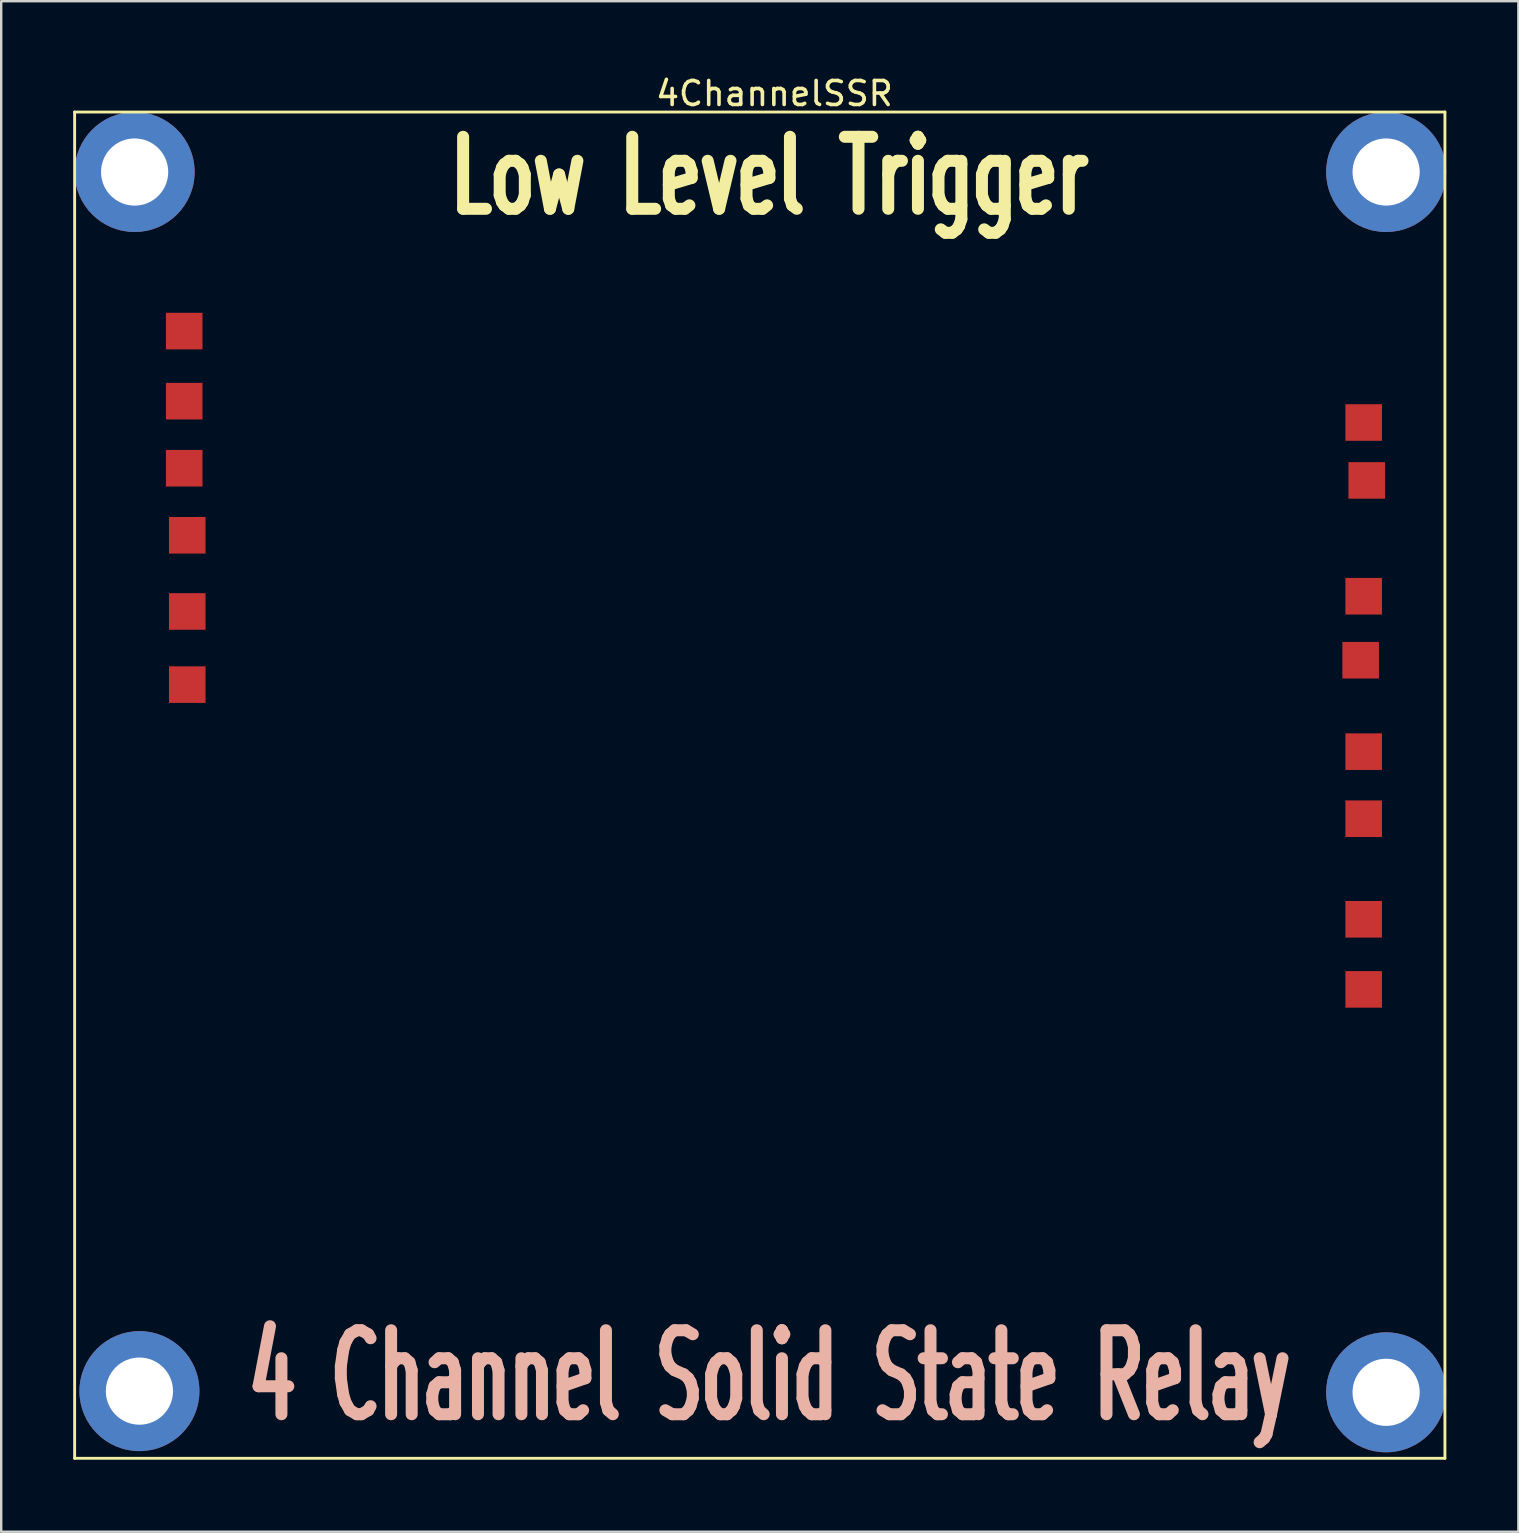
<source format=kicad_pcb>
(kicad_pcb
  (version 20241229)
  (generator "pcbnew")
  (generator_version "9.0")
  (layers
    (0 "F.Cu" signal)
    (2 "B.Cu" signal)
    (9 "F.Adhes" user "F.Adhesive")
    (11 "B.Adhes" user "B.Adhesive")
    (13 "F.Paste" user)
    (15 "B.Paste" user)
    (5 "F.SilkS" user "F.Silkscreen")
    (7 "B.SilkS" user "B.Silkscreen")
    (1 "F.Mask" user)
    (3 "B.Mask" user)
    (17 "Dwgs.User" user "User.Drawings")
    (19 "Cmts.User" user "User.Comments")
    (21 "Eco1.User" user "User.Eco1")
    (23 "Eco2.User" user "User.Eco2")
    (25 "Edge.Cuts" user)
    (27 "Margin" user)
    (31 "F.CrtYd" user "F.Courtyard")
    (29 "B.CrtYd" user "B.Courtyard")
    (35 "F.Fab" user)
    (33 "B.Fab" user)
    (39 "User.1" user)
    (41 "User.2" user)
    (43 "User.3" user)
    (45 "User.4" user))
  (footprint "4ChannelSSR"
    (layer "F.Cu")
    (at 29.01 29.288)
    (property "Reference" "4ChannelSSR" (at 0.21 -28.44 0) (layer "F.SilkS") (effects (font (size 1 1) (thickness 0.15))))
    (attr through_hole)
    (fp_line (start -28.95 -27.67) (end -28.95 28.43) (stroke (width 0.12) (type solid)) (layer "F.SilkS"))
    (fp_line (start -28.95 28.43) (end 28.15 28.43) (stroke (width 0.12) (type solid)) (layer "F.SilkS"))
    (fp_line (start 28.15 -27.67) (end -28.95 -27.67) (stroke (width 0.12) (type solid)) (layer "F.SilkS"))
    (fp_line (start 28.15 28.43) (end 28.15 -27.67) (stroke (width 0.12) (type solid)) (layer "F.SilkS"))
    (fp_text user "Low Level Trigger" (at 0 -25 0) (layer "F.SilkS") (effects (font (size 3 2) (thickness 0.5))))
    (fp_text user "4 Channel Solid State Relay" (at 0 25 180) (layer "B.SilkS") (effects (font (size 3.5 2) (thickness 0.5))))
    (pad "A1" connect trapezoid (at 24.765 -14.732) (size 1.524 1.524) (layers "F.Cu" "F.Mask"))
    (pad "A2" connect trapezoid (at 24.765 -7.493) (size 1.524 1.524) (layers "F.Cu" "F.Mask"))
    (pad "A3" connect trapezoid (at 24.765 -1.016) (size 1.524 1.524) (layers "F.Cu" "F.Mask"))
    (pad "A4" connect trapezoid (at 24.765 5.969) (size 1.524 1.524) (layers "F.Cu" "F.Mask"))
    (pad "B1" connect trapezoid (at 24.892 -12.319) (size 1.524 1.524) (layers "F.Cu" "F.Mask"))
    (pad "B2" connect trapezoid (at 24.638 -4.826) (size 1.524 1.524) (layers "F.Cu" "F.Mask"))
    (pad "B4" connect trapezoid (at 24.765 8.89) (size 1.524 1.524) (layers "F.Cu" "F.Mask"))
    (pad "CH1" connect rect (at -24.384 -12.827) (size 1.524 1.524) (layers "F.Cu" "F.Mask"))
    (pad "CH2" connect rect (at -24.257 -10.033) (size 1.524 1.524) (layers "F.Cu" "F.Mask"))
    (pad "CH3" connect rect (at -24.257 -6.858) (size 1.524 1.524) (layers "F.Cu" "F.Mask"))
    (pad "CH4" connect rect (at -24.257 -3.81) (size 1.524 1.524) (layers "F.Cu" "F.Mask"))
    (pad "D3" connect trapezoid (at 24.765 1.778) (size 1.524 1.524) (layers "F.Cu" "F.Mask"))
    (pad "DC+" connect rect (at -24.384 -18.542) (size 1.524 1.524) (layers "F.Cu" "F.Mask"))
    (pad "DC-" connect rect (at -24.384 -15.621) (size 1.524 1.524) (layers "F.Cu" "F.Mask"))
    (pad "H1" thru_hole circle (at -26.45 -25.17) (size 5 5) (drill 2.8) (layers "*.Cu" "*.Mask"))
    (pad "H2" thru_hole circle (at 25.7 -25.17) (size 5 5) (drill 2.8) (layers "*.Cu" "*.Mask"))
    (pad "H3" thru_hole circle (at 25.7 25.68) (size 5 5) (drill 2.8) (layers "*.Cu" "*.Mask"))
    (pad "H4" thru_hole circle (at -26.25 25.63) (size 5 5) (drill 2.8) (layers "*.Cu" "*.Mask")))
  (gr_rect
    (start -3 -3)
    (end 60.22 60.778)
    (stroke (width 0.1) (type default))
    (fill no)
    (layer "Edge.Cuts")))
</source>
